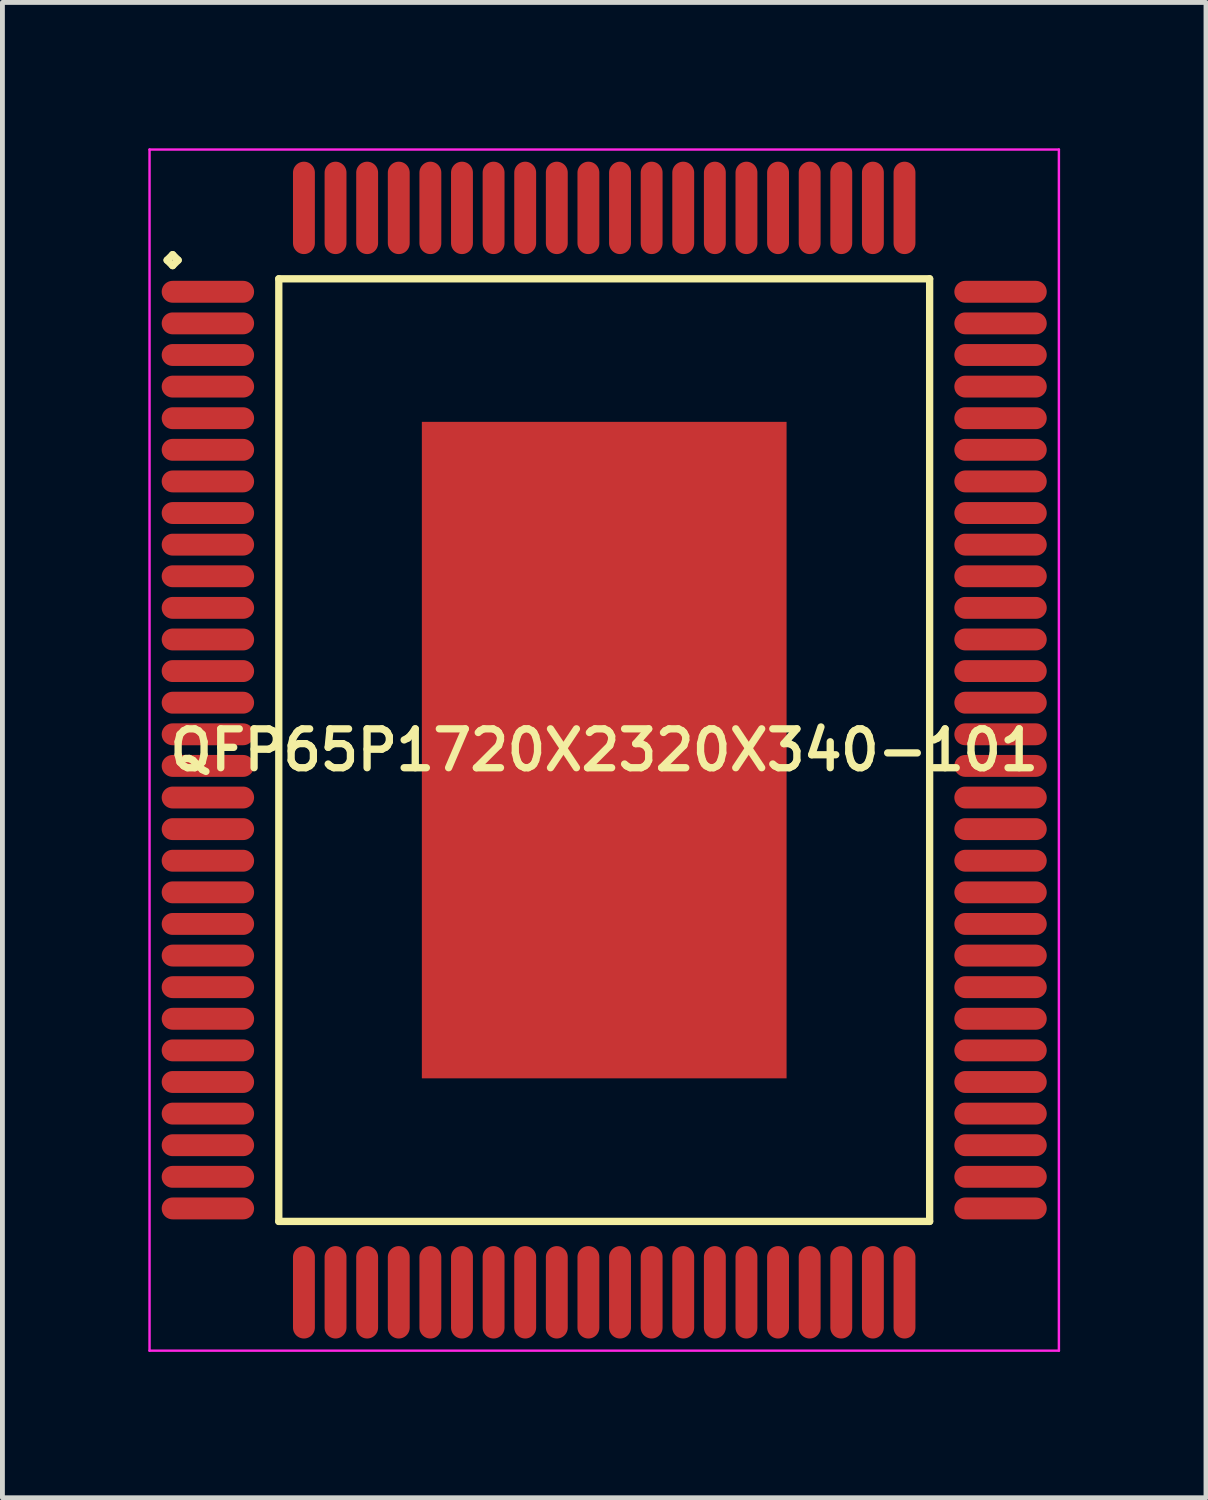
<source format=kicad_pcb>
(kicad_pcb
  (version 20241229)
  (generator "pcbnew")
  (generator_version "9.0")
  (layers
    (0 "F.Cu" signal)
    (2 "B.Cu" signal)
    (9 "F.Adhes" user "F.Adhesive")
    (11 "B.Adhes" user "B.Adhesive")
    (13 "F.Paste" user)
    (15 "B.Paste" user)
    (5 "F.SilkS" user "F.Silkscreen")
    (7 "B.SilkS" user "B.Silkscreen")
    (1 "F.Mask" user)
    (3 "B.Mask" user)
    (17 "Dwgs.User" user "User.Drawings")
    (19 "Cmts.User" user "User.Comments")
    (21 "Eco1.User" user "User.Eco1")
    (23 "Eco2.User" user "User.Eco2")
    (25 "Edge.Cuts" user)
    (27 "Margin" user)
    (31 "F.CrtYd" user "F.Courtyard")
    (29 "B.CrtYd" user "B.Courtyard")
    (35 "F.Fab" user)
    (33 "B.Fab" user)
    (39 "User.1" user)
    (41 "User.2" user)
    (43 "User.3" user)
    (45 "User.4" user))
  (footprint "QFP65P1720X2320X340-101"
    (layer "F.Cu")
    (at 9.375 12.375)
    (property "Reference" "QFP65P1720X2320X340-101" (at 0 0 0) (layer "F.SilkS") (effects (font (size 0.8 0.8) (thickness 0.15))))
    (attr smd)
    (fp_line (start -8.988 -10.075) (end -8.875 -10.188) (stroke (width 0.15) (type solid)) (layer "F.SilkS"))
    (fp_line (start -8.875 -10.188) (end -8.762 -10.075) (stroke (width 0.15) (type solid)) (layer "F.SilkS"))
    (fp_line (start -8.875 -9.963) (end -8.988 -10.075) (stroke (width 0.15) (type solid)) (layer "F.SilkS"))
    (fp_line (start -8.762 -10.075) (end -8.875 -9.963) (stroke (width 0.15) (type solid)) (layer "F.SilkS"))
    (fp_line (start -6.692 -9.692) (end -6.692 9.692) (stroke (width 0.15) (type solid)) (layer "F.SilkS"))
    (fp_line (start -6.692 9.692) (end 6.692 9.692) (stroke (width 0.15) (type solid)) (layer "F.SilkS"))
    (fp_line (start 6.692 -9.692) (end -6.692 -9.692) (stroke (width 0.15) (type solid)) (layer "F.SilkS"))
    (fp_line (start 6.692 9.692) (end 6.692 -9.692) (stroke (width 0.15) (type solid)) (layer "F.SilkS"))
    (fp_line (start -9.35 -12.35) (end 9.35 -12.35) (stroke (width 0.05) (type solid)) (layer "F.CrtYd"))
    (fp_line (start -9.35 12.35) (end -9.35 -12.35) (stroke (width 0.05) (type solid)) (layer "F.CrtYd"))
    (fp_line (start 9.35 -12.35) (end 9.35 12.35) (stroke (width 0.05) (type solid)) (layer "F.CrtYd"))
    (fp_line (start 9.35 12.35) (end -9.35 12.35) (stroke (width 0.05) (type solid)) (layer "F.CrtYd"))
    (pad "1" smd oval (at -8.15 -9.425) (size 1.9 0.45) (layers "F.Cu" "F.Mask" "F.Paste"))
    (pad "2" smd oval (at -8.15 -8.775) (size 1.9 0.45) (layers "F.Cu" "F.Mask" "F.Paste"))
    (pad "3" smd oval (at -8.15 -8.125) (size 1.9 0.45) (layers "F.Cu" "F.Mask" "F.Paste"))
    (pad "4" smd oval (at -8.15 -7.475) (size 1.9 0.45) (layers "F.Cu" "F.Mask" "F.Paste"))
    (pad "5" smd oval (at -8.15 -6.825) (size 1.9 0.45) (layers "F.Cu" "F.Mask" "F.Paste"))
    (pad "6" smd oval (at -8.15 -6.175) (size 1.9 0.45) (layers "F.Cu" "F.Mask" "F.Paste"))
    (pad "7" smd oval (at -8.15 -5.525) (size 1.9 0.45) (layers "F.Cu" "F.Mask" "F.Paste"))
    (pad "8" smd oval (at -8.15 -4.875) (size 1.9 0.45) (layers "F.Cu" "F.Mask" "F.Paste"))
    (pad "9" smd oval (at -8.15 -4.225) (size 1.9 0.45) (layers "F.Cu" "F.Mask" "F.Paste"))
    (pad "10" smd oval (at -8.15 -3.575) (size 1.9 0.45) (layers "F.Cu" "F.Mask" "F.Paste"))
    (pad "11" smd oval (at -8.15 -2.925) (size 1.9 0.45) (layers "F.Cu" "F.Mask" "F.Paste"))
    (pad "12" smd oval (at -8.15 -2.275) (size 1.9 0.45) (layers "F.Cu" "F.Mask" "F.Paste"))
    (pad "13" smd oval (at -8.15 -1.625) (size 1.9 0.45) (layers "F.Cu" "F.Mask" "F.Paste"))
    (pad "14" smd oval (at -8.15 -0.975) (size 1.9 0.45) (layers "F.Cu" "F.Mask" "F.Paste"))
    (pad "15" smd oval (at -8.15 -0.325) (size 1.9 0.45) (layers "F.Cu" "F.Mask" "F.Paste"))
    (pad "16" smd oval (at -8.15 0.325) (size 1.9 0.45) (layers "F.Cu" "F.Mask" "F.Paste"))
    (pad "17" smd oval (at -8.15 0.975) (size 1.9 0.45) (layers "F.Cu" "F.Mask" "F.Paste"))
    (pad "18" smd oval (at -8.15 1.625) (size 1.9 0.45) (layers "F.Cu" "F.Mask" "F.Paste"))
    (pad "19" smd oval (at -8.15 2.275) (size 1.9 0.45) (layers "F.Cu" "F.Mask" "F.Paste"))
    (pad "20" smd oval (at -8.15 2.925) (size 1.9 0.45) (layers "F.Cu" "F.Mask" "F.Paste"))
    (pad "21" smd oval (at -8.15 3.575) (size 1.9 0.45) (layers "F.Cu" "F.Mask" "F.Paste"))
    (pad "22" smd oval (at -8.15 4.225) (size 1.9 0.45) (layers "F.Cu" "F.Mask" "F.Paste"))
    (pad "23" smd oval (at -8.15 4.875) (size 1.9 0.45) (layers "F.Cu" "F.Mask" "F.Paste"))
    (pad "24" smd oval (at -8.15 5.525) (size 1.9 0.45) (layers "F.Cu" "F.Mask" "F.Paste"))
    (pad "25" smd oval (at -8.15 6.175) (size 1.9 0.45) (layers "F.Cu" "F.Mask" "F.Paste"))
    (pad "26" smd oval (at -8.15 6.825) (size 1.9 0.45) (layers "F.Cu" "F.Mask" "F.Paste"))
    (pad "27" smd oval (at -8.15 7.475) (size 1.9 0.45) (layers "F.Cu" "F.Mask" "F.Paste"))
    (pad "28" smd oval (at -8.15 8.125) (size 1.9 0.45) (layers "F.Cu" "F.Mask" "F.Paste"))
    (pad "29" smd oval (at -8.15 8.775) (size 1.9 0.45) (layers "F.Cu" "F.Mask" "F.Paste"))
    (pad "30" smd oval (at -8.15 9.425) (size 1.9 0.45) (layers "F.Cu" "F.Mask" "F.Paste"))
    (pad "31" smd oval (at -6.175 11.15) (size 0.45 1.9) (layers "F.Cu" "F.Mask" "F.Paste"))
    (pad "32" smd oval (at -5.525 11.15) (size 0.45 1.9) (layers "F.Cu" "F.Mask" "F.Paste"))
    (pad "33" smd oval (at -4.875 11.15) (size 0.45 1.9) (layers "F.Cu" "F.Mask" "F.Paste"))
    (pad "34" smd oval (at -4.225 11.15) (size 0.45 1.9) (layers "F.Cu" "F.Mask" "F.Paste"))
    (pad "35" smd oval (at -3.575 11.15) (size 0.45 1.9) (layers "F.Cu" "F.Mask" "F.Paste"))
    (pad "36" smd oval (at -2.925 11.15) (size 0.45 1.9) (layers "F.Cu" "F.Mask" "F.Paste"))
    (pad "37" smd oval (at -2.275 11.15) (size 0.45 1.9) (layers "F.Cu" "F.Mask" "F.Paste"))
    (pad "38" smd oval (at -1.625 11.15) (size 0.45 1.9) (layers "F.Cu" "F.Mask" "F.Paste"))
    (pad "39" smd oval (at -0.975 11.15) (size 0.45 1.9) (layers "F.Cu" "F.Mask" "F.Paste"))
    (pad "40" smd oval (at -0.325 11.15) (size 0.45 1.9) (layers "F.Cu" "F.Mask" "F.Paste"))
    (pad "41" smd oval (at 0.325 11.15) (size 0.45 1.9) (layers "F.Cu" "F.Mask" "F.Paste"))
    (pad "42" smd oval (at 0.975 11.15) (size 0.45 1.9) (layers "F.Cu" "F.Mask" "F.Paste"))
    (pad "43" smd oval (at 1.625 11.15) (size 0.45 1.9) (layers "F.Cu" "F.Mask" "F.Paste"))
    (pad "44" smd oval (at 2.275 11.15) (size 0.45 1.9) (layers "F.Cu" "F.Mask" "F.Paste"))
    (pad "45" smd oval (at 2.925 11.15) (size 0.45 1.9) (layers "F.Cu" "F.Mask" "F.Paste"))
    (pad "46" smd oval (at 3.575 11.15) (size 0.45 1.9) (layers "F.Cu" "F.Mask" "F.Paste"))
    (pad "47" smd oval (at 4.225 11.15) (size 0.45 1.9) (layers "F.Cu" "F.Mask" "F.Paste"))
    (pad "48" smd oval (at 4.875 11.15) (size 0.45 1.9) (layers "F.Cu" "F.Mask" "F.Paste"))
    (pad "49" smd oval (at 5.525 11.15) (size 0.45 1.9) (layers "F.Cu" "F.Mask" "F.Paste"))
    (pad "50" smd oval (at 6.175 11.15) (size 0.45 1.9) (layers "F.Cu" "F.Mask" "F.Paste"))
    (pad "51" smd oval (at 8.15 9.425) (size 1.9 0.45) (layers "F.Cu" "F.Mask" "F.Paste"))
    (pad "52" smd oval (at 8.15 8.775) (size 1.9 0.45) (layers "F.Cu" "F.Mask" "F.Paste"))
    (pad "53" smd oval (at 8.15 8.125) (size 1.9 0.45) (layers "F.Cu" "F.Mask" "F.Paste"))
    (pad "54" smd oval (at 8.15 7.475) (size 1.9 0.45) (layers "F.Cu" "F.Mask" "F.Paste"))
    (pad "55" smd oval (at 8.15 6.825) (size 1.9 0.45) (layers "F.Cu" "F.Mask" "F.Paste"))
    (pad "56" smd oval (at 8.15 6.175) (size 1.9 0.45) (layers "F.Cu" "F.Mask" "F.Paste"))
    (pad "57" smd oval (at 8.15 5.525) (size 1.9 0.45) (layers "F.Cu" "F.Mask" "F.Paste"))
    (pad "58" smd oval (at 8.15 4.875) (size 1.9 0.45) (layers "F.Cu" "F.Mask" "F.Paste"))
    (pad "59" smd oval (at 8.15 4.225) (size 1.9 0.45) (layers "F.Cu" "F.Mask" "F.Paste"))
    (pad "60" smd oval (at 8.15 3.575) (size 1.9 0.45) (layers "F.Cu" "F.Mask" "F.Paste"))
    (pad "61" smd oval (at 8.15 2.925) (size 1.9 0.45) (layers "F.Cu" "F.Mask" "F.Paste"))
    (pad "62" smd oval (at 8.15 2.275) (size 1.9 0.45) (layers "F.Cu" "F.Mask" "F.Paste"))
    (pad "63" smd oval (at 8.15 1.625) (size 1.9 0.45) (layers "F.Cu" "F.Mask" "F.Paste"))
    (pad "64" smd oval (at 8.15 0.975) (size 1.9 0.45) (layers "F.Cu" "F.Mask" "F.Paste"))
    (pad "65" smd oval (at 8.15 0.325) (size 1.9 0.45) (layers "F.Cu" "F.Mask" "F.Paste"))
    (pad "66" smd oval (at 8.15 -0.325) (size 1.9 0.45) (layers "F.Cu" "F.Mask" "F.Paste"))
    (pad "67" smd oval (at 8.15 -0.975) (size 1.9 0.45) (layers "F.Cu" "F.Mask" "F.Paste"))
    (pad "68" smd oval (at 8.15 -1.625) (size 1.9 0.45) (layers "F.Cu" "F.Mask" "F.Paste"))
    (pad "69" smd oval (at 8.15 -2.275) (size 1.9 0.45) (layers "F.Cu" "F.Mask" "F.Paste"))
    (pad "70" smd oval (at 8.15 -2.925) (size 1.9 0.45) (layers "F.Cu" "F.Mask" "F.Paste"))
    (pad "71" smd oval (at 8.15 -3.575) (size 1.9 0.45) (layers "F.Cu" "F.Mask" "F.Paste"))
    (pad "72" smd oval (at 8.15 -4.225) (size 1.9 0.45) (layers "F.Cu" "F.Mask" "F.Paste"))
    (pad "73" smd oval (at 8.15 -4.875) (size 1.9 0.45) (layers "F.Cu" "F.Mask" "F.Paste"))
    (pad "74" smd oval (at 8.15 -5.525) (size 1.9 0.45) (layers "F.Cu" "F.Mask" "F.Paste"))
    (pad "75" smd oval (at 8.15 -6.175) (size 1.9 0.45) (layers "F.Cu" "F.Mask" "F.Paste"))
    (pad "76" smd oval (at 8.15 -6.825) (size 1.9 0.45) (layers "F.Cu" "F.Mask" "F.Paste"))
    (pad "77" smd oval (at 8.15 -7.475) (size 1.9 0.45) (layers "F.Cu" "F.Mask" "F.Paste"))
    (pad "78" smd oval (at 8.15 -8.125) (size 1.9 0.45) (layers "F.Cu" "F.Mask" "F.Paste"))
    (pad "79" smd oval (at 8.15 -8.775) (size 1.9 0.45) (layers "F.Cu" "F.Mask" "F.Paste"))
    (pad "80" smd oval (at 8.15 -9.425) (size 1.9 0.45) (layers "F.Cu" "F.Mask" "F.Paste"))
    (pad "81" smd oval (at 6.175 -11.15) (size 0.45 1.9) (layers "F.Cu" "F.Mask" "F.Paste"))
    (pad "82" smd oval (at 5.525 -11.15) (size 0.45 1.9) (layers "F.Cu" "F.Mask" "F.Paste"))
    (pad "83" smd oval (at 4.875 -11.15) (size 0.45 1.9) (layers "F.Cu" "F.Mask" "F.Paste"))
    (pad "84" smd oval (at 4.225 -11.15) (size 0.45 1.9) (layers "F.Cu" "F.Mask" "F.Paste"))
    (pad "85" smd oval (at 3.575 -11.15) (size 0.45 1.9) (layers "F.Cu" "F.Mask" "F.Paste"))
    (pad "86" smd oval (at 2.925 -11.15) (size 0.45 1.9) (layers "F.Cu" "F.Mask" "F.Paste"))
    (pad "87" smd oval (at 2.275 -11.15) (size 0.45 1.9) (layers "F.Cu" "F.Mask" "F.Paste"))
    (pad "88" smd oval (at 1.625 -11.15) (size 0.45 1.9) (layers "F.Cu" "F.Mask" "F.Paste"))
    (pad "89" smd oval (at 0.975 -11.15) (size 0.45 1.9) (layers "F.Cu" "F.Mask" "F.Paste"))
    (pad "90" smd oval (at 0.325 -11.15) (size 0.45 1.9) (layers "F.Cu" "F.Mask" "F.Paste"))
    (pad "91" smd oval (at -0.325 -11.15) (size 0.45 1.9) (layers "F.Cu" "F.Mask" "F.Paste"))
    (pad "92" smd oval (at -0.975 -11.15) (size 0.45 1.9) (layers "F.Cu" "F.Mask" "F.Paste"))
    (pad "93" smd oval (at -1.625 -11.15) (size 0.45 1.9) (layers "F.Cu" "F.Mask" "F.Paste"))
    (pad "94" smd oval (at -2.275 -11.15) (size 0.45 1.9) (layers "F.Cu" "F.Mask" "F.Paste"))
    (pad "95" smd oval (at -2.925 -11.15) (size 0.45 1.9) (layers "F.Cu" "F.Mask" "F.Paste"))
    (pad "96" smd oval (at -3.575 -11.15) (size 0.45 1.9) (layers "F.Cu" "F.Mask" "F.Paste"))
    (pad "97" smd oval (at -4.225 -11.15) (size 0.45 1.9) (layers "F.Cu" "F.Mask" "F.Paste"))
    (pad "98" smd oval (at -4.875 -11.15) (size 0.45 1.9) (layers "F.Cu" "F.Mask" "F.Paste"))
    (pad "99" smd oval (at -5.525 -11.15) (size 0.45 1.9) (layers "F.Cu" "F.Mask" "F.Paste"))
    (pad "100" smd oval (at -6.175 -11.15) (size 0.45 1.9) (layers "F.Cu" "F.Mask" "F.Paste"))
    (pad "101" smd rect (at 0 0) (size 7.5 13.5) (layers "F.Cu" "F.Mask" "F.Paste")))
  (gr_rect
    (start -3 -3)
    (end 21.75 27.75)
    (stroke (width 0.1) (type default))
    (fill no)
    (layer "Edge.Cuts")))
</source>
